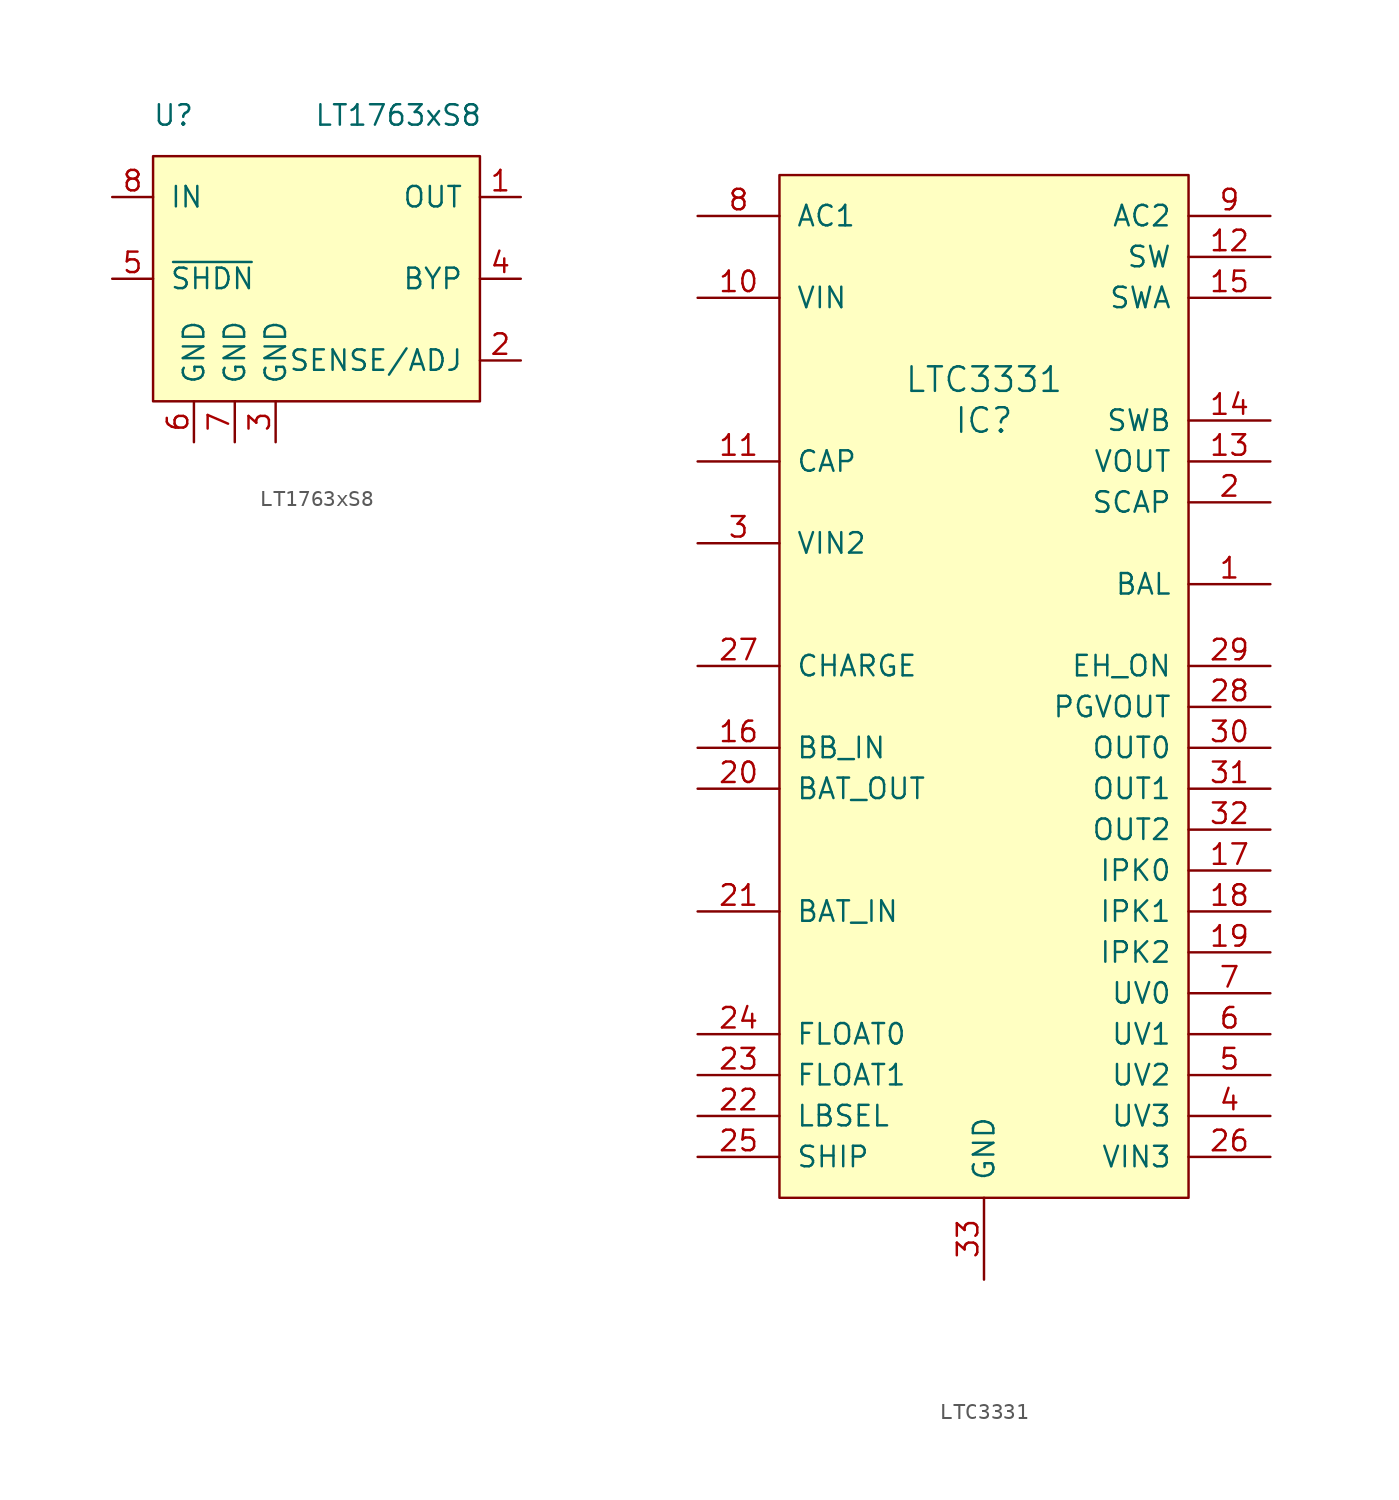
<source format=kicad_sym>
(kicad_symbol_lib
  (version 20241209)
  (generator "kicad_symbol_editor")
  (generator_version "9.0")
  (symbol "LT1763xS8"
    (pin_names
      (offset 1.016))
    (property "Reference" "U"
      (at -8.89 10.16 0)
      (effects (font (size 1.27 1.27))))
    (property "Value" "LT1763xS8"
      (at 5.08 10.16 0)
      (effects (font (size 1.27 1.27))))
    (symbol "LT1763xS8_0_1"
      (rectangle (start -10.16 7.62) (end 10.16 -7.62) (stroke (width 0) (type solid)) (fill (type background))))
    (symbol "LT1763xS8_1_1"
      (pin power_in line (at -12.7 5.08 0) (length 2.54) (name "IN" (effects (font (size 1.27 1.27)))) (number "8" (effects (font (size 1.27 1.27)))))
      (pin input line (at -12.7 0 0) (length 2.54) (name "~{SHDN}" (effects (font (size 1.27 1.27)))) (number "5" (effects (font (size 1.27 1.27)))))
      (pin power_in line (at -7.62 -10.16 90) (length 2.54) (name "GND" (effects (font (size 1.27 1.27)))) (number "6" (effects (font (size 1.27 1.27)))))
      (pin power_in line (at -5.08 -10.16 90) (length 2.54) (name "GND" (effects (font (size 1.27 1.27)))) (number "7" (effects (font (size 1.27 1.27)))))
      (pin power_in line (at -2.54 -10.16 90) (length 2.54) (name "GND" (effects (font (size 1.27 1.27)))) (number "3" (effects (font (size 1.27 1.27)))))
      (pin power_out line (at 12.7 5.08 180) (length 2.54) (name "OUT" (effects (font (size 1.27 1.27)))) (number "1" (effects (font (size 1.27 1.27)))))
      (pin bidirectional line (at 12.7 0 180) (length 2.54) (name "BYP" (effects (font (size 1.27 1.27)))) (number "4" (effects (font (size 1.27 1.27)))))
      (pin input line (at 12.7 -5.08 180) (length 2.54) (name "SENSE/ADJ" (effects (font (size 1.27 1.27)))) (number "2" (effects (font (size 1.27 1.27)))))))
  (symbol "LTC3331"
    (pin_names
      (offset 1.016))
    (property "Reference" "IC"
      (at 0 16.51 0)
      (effects (font (size 1.524 1.524))))
    (property "Value" "LTC3331"
      (at 0 19.05 0)
      (effects (font (size 1.524 1.524))))
    (property "Footprint" ""
      (at 0 7.62 0)
      (effects (font (size 1.524 1.524))))
    (property "Datasheet" ""
      (at 0 7.62 0)
      (effects (font (size 1.524 1.524))))
    (symbol "LTC3331_1_1"
      (rectangle (start 12.7 -31.75) (end -12.7 31.75) (stroke (width 0) (type solid)) (fill (type background)))
      (pin power_in line (at -17.78 29.21 0) (length 5.08) (name "AC1" (effects (font (size 1.27 1.27)))) (number "8" (effects (font (size 1.27 1.27)))))
      (pin bidirectional line (at -17.78 24.13 0) (length 5.08) (name "VIN" (effects (font (size 1.27 1.27)))) (number "10" (effects (font (size 1.27 1.27)))))
      (pin bidirectional line (at -17.78 13.97 0) (length 5.08) (name "CAP" (effects (font (size 1.27 1.27)))) (number "11" (effects (font (size 1.27 1.27)))))
      (pin bidirectional line (at -17.78 8.89 0) (length 5.08) (name "VIN2" (effects (font (size 1.27 1.27)))) (number "3" (effects (font (size 1.27 1.27)))))
      (pin bidirectional line (at -17.78 1.27 0) (length 5.08) (name "CHARGE" (effects (font (size 1.27 1.27)))) (number "27" (effects (font (size 1.27 1.27)))))
      (pin bidirectional line (at -17.78 -3.81 0) (length 5.08) (name "BB_IN" (effects (font (size 1.27 1.27)))) (number "16" (effects (font (size 1.27 1.27)))))
      (pin bidirectional line (at -17.78 -6.35 0) (length 5.08) (name "BAT_OUT" (effects (font (size 1.27 1.27)))) (number "20" (effects (font (size 1.27 1.27)))))
      (pin bidirectional line (at -17.78 -13.97 0) (length 5.08) (name "BAT_IN" (effects (font (size 1.27 1.27)))) (number "21" (effects (font (size 1.27 1.27)))))
      (pin input line (at -17.78 -21.59 0) (length 5.08) (name "FLOAT0" (effects (font (size 1.27 1.27)))) (number "24" (effects (font (size 1.27 1.27)))))
      (pin input line (at -17.78 -24.13 0) (length 5.08) (name "FLOAT1" (effects (font (size 1.27 1.27)))) (number "23" (effects (font (size 1.27 1.27)))))
      (pin input line (at -17.78 -26.67 0) (length 5.08) (name "LBSEL" (effects (font (size 1.27 1.27)))) (number "22" (effects (font (size 1.27 1.27)))))
      (pin input line (at -17.78 -29.21 0) (length 5.08) (name "SHIP" (effects (font (size 1.27 1.27)))) (number "25" (effects (font (size 1.27 1.27)))))
      (pin power_in line (at 0 -36.83 90) (length 5.08) (name "GND" (effects (font (size 1.27 1.27)))) (number "33" (effects (font (size 1.27 1.27)))))
      (pin power_in line (at 17.78 29.21 180) (length 5.08) (name "AC2" (effects (font (size 1.27 1.27)))) (number "9" (effects (font (size 1.27 1.27)))))
      (pin bidirectional line (at 17.78 26.67 180) (length 5.08) (name "SW" (effects (font (size 1.27 1.27)))) (number "12" (effects (font (size 1.27 1.27)))))
      (pin bidirectional line (at 17.78 24.13 180) (length 5.08) (name "SWA" (effects (font (size 1.27 1.27)))) (number "15" (effects (font (size 1.27 1.27)))))
      (pin bidirectional line (at 17.78 16.51 180) (length 5.08) (name "SWB" (effects (font (size 1.27 1.27)))) (number "14" (effects (font (size 1.27 1.27)))))
      (pin power_out line (at 17.78 13.97 180) (length 5.08) (name "VOUT" (effects (font (size 1.27 1.27)))) (number "13" (effects (font (size 1.27 1.27)))))
      (pin passive line (at 17.78 11.43 180) (length 5.08) (name "SCAP" (effects (font (size 1.27 1.27)))) (number "2" (effects (font (size 1.27 1.27)))))
      (pin passive line (at 17.78 6.35 180) (length 5.08) (name "BAL" (effects (font (size 1.27 1.27)))) (number "1" (effects (font (size 1.27 1.27)))))
      (pin output line (at 17.78 1.27 180) (length 5.08) (name "EH_ON" (effects (font (size 1.27 1.27)))) (number "29" (effects (font (size 1.27 1.27)))))
      (pin output line (at 17.78 -1.27 180) (length 5.08) (name "PGVOUT" (effects (font (size 1.27 1.27)))) (number "28" (effects (font (size 1.27 1.27)))))
      (pin input line (at 17.78 -3.81 180) (length 5.08) (name "OUT0" (effects (font (size 1.27 1.27)))) (number "30" (effects (font (size 1.27 1.27)))))
      (pin input line (at 17.78 -6.35 180) (length 5.08) (name "OUT1" (effects (font (size 1.27 1.27)))) (number "31" (effects (font (size 1.27 1.27)))))
      (pin input line (at 17.78 -8.89 180) (length 5.08) (name "OUT2" (effects (font (size 1.27 1.27)))) (number "32" (effects (font (size 1.27 1.27)))))
      (pin input line (at 17.78 -11.43 180) (length 5.08) (name "IPK0" (effects (font (size 1.27 1.27)))) (number "17" (effects (font (size 1.27 1.27)))))
      (pin input line (at 17.78 -13.97 180) (length 5.08) (name "IPK1" (effects (font (size 1.27 1.27)))) (number "18" (effects (font (size 1.27 1.27)))))
      (pin input line (at 17.78 -16.51 180) (length 5.08) (name "IPK2" (effects (font (size 1.27 1.27)))) (number "19" (effects (font (size 1.27 1.27)))))
      (pin input line (at 17.78 -19.05 180) (length 5.08) (name "UV0" (effects (font (size 1.27 1.27)))) (number "7" (effects (font (size 1.27 1.27)))))
      (pin input line (at 17.78 -21.59 180) (length 5.08) (name "UV1" (effects (font (size 1.27 1.27)))) (number "6" (effects (font (size 1.27 1.27)))))
      (pin input line (at 17.78 -24.13 180) (length 5.08) (name "UV2" (effects (font (size 1.27 1.27)))) (number "5" (effects (font (size 1.27 1.27)))))
      (pin input line (at 17.78 -26.67 180) (length 5.08) (name "UV3" (effects (font (size 1.27 1.27)))) (number "4" (effects (font (size 1.27 1.27)))))
      (pin bidirectional line (at 17.78 -29.21 180) (length 5.08) (name "VIN3" (effects (font (size 1.27 1.27)))) (number "26" (effects (font (size 1.27 1.27))))))))
</source>
